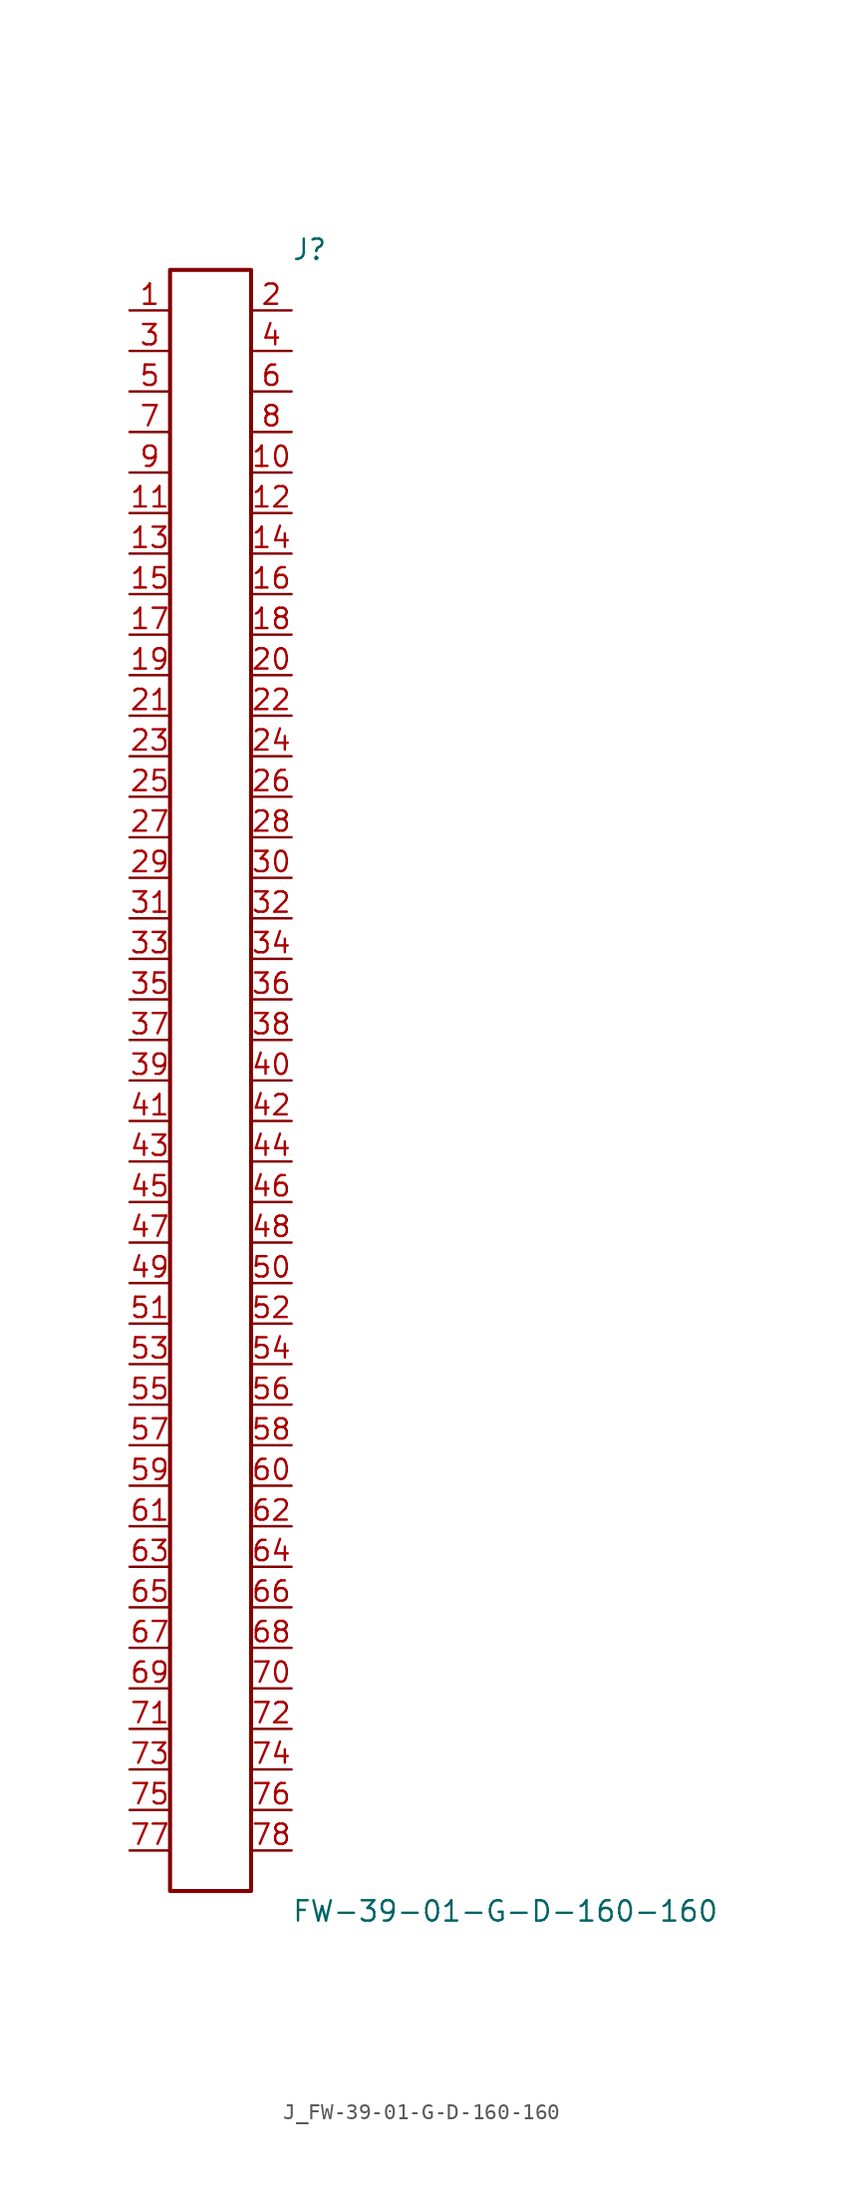
<source format=kicad_sym>
(kicad_symbol_lib
  (version 20231120)
  (generator kicad_symbol_editor)
  (generator_version 8.0)
  (symbol "J_FW-39-01-G-D-160-160"
    (pin_names
      (offset 0.254))
    (property "Reference" "J"
      (at 5.08 52.07 0)
      (effects (font (size 1.27 1.27)) (justify left)))
    (property "Value" "FW-39-01-G-D-160-160"
      (at 5.08 -52.07 0)
      (effects (font (size 1.27 1.27)) (justify left)))
    (symbol "J_FW-39-01-G-D-160-160_0_0"
      (pin unspecified line (at -5.08 48.26 0) (length 2.54) (name "" (effects (font (size 1.27 1.27)))) (number "1" (effects (font (size 1.27 1.27)))))
      (pin unspecified line (at 5.08 48.26 180) (length 2.54) (name "" (effects (font (size 1.27 1.27)))) (number "2" (effects (font (size 1.27 1.27)))))
      (pin unspecified line (at -5.08 45.72 0) (length 2.54) (name "" (effects (font (size 1.27 1.27)))) (number "3" (effects (font (size 1.27 1.27)))))
      (pin unspecified line (at 5.08 45.72 180) (length 2.54) (name "" (effects (font (size 1.27 1.27)))) (number "4" (effects (font (size 1.27 1.27)))))
      (pin unspecified line (at -5.08 43.18 0) (length 2.54) (name "" (effects (font (size 1.27 1.27)))) (number "5" (effects (font (size 1.27 1.27)))))
      (pin unspecified line (at 5.08 43.18 180) (length 2.54) (name "" (effects (font (size 1.27 1.27)))) (number "6" (effects (font (size 1.27 1.27)))))
      (pin unspecified line (at -5.08 40.64 0) (length 2.54) (name "" (effects (font (size 1.27 1.27)))) (number "7" (effects (font (size 1.27 1.27)))))
      (pin unspecified line (at 5.08 40.64 180) (length 2.54) (name "" (effects (font (size 1.27 1.27)))) (number "8" (effects (font (size 1.27 1.27)))))
      (pin unspecified line (at -5.08 38.1 0) (length 2.54) (name "" (effects (font (size 1.27 1.27)))) (number "9" (effects (font (size 1.27 1.27)))))
      (pin unspecified line (at 5.08 38.1 180) (length 2.54) (name "" (effects (font (size 1.27 1.27)))) (number "10" (effects (font (size 1.27 1.27)))))
      (pin unspecified line (at -5.08 35.56 0) (length 2.54) (name "" (effects (font (size 1.27 1.27)))) (number "11" (effects (font (size 1.27 1.27)))))
      (pin unspecified line (at 5.08 35.56 180) (length 2.54) (name "" (effects (font (size 1.27 1.27)))) (number "12" (effects (font (size 1.27 1.27)))))
      (pin unspecified line (at -5.08 33.02 0) (length 2.54) (name "" (effects (font (size 1.27 1.27)))) (number "13" (effects (font (size 1.27 1.27)))))
      (pin unspecified line (at 5.08 33.02 180) (length 2.54) (name "" (effects (font (size 1.27 1.27)))) (number "14" (effects (font (size 1.27 1.27)))))
      (pin unspecified line (at -5.08 30.48 0) (length 2.54) (name "" (effects (font (size 1.27 1.27)))) (number "15" (effects (font (size 1.27 1.27)))))
      (pin unspecified line (at 5.08 30.48 180) (length 2.54) (name "" (effects (font (size 1.27 1.27)))) (number "16" (effects (font (size 1.27 1.27)))))
      (pin unspecified line (at -5.08 27.94 0) (length 2.54) (name "" (effects (font (size 1.27 1.27)))) (number "17" (effects (font (size 1.27 1.27)))))
      (pin unspecified line (at 5.08 27.94 180) (length 2.54) (name "" (effects (font (size 1.27 1.27)))) (number "18" (effects (font (size 1.27 1.27)))))
      (pin unspecified line (at -5.08 25.4 0) (length 2.54) (name "" (effects (font (size 1.27 1.27)))) (number "19" (effects (font (size 1.27 1.27)))))
      (pin unspecified line (at 5.08 25.4 180) (length 2.54) (name "" (effects (font (size 1.27 1.27)))) (number "20" (effects (font (size 1.27 1.27)))))
      (pin unspecified line (at -5.08 22.86 0) (length 2.54) (name "" (effects (font (size 1.27 1.27)))) (number "21" (effects (font (size 1.27 1.27)))))
      (pin unspecified line (at 5.08 22.86 180) (length 2.54) (name "" (effects (font (size 1.27 1.27)))) (number "22" (effects (font (size 1.27 1.27)))))
      (pin unspecified line (at -5.08 20.32 0) (length 2.54) (name "" (effects (font (size 1.27 1.27)))) (number "23" (effects (font (size 1.27 1.27)))))
      (pin unspecified line (at 5.08 20.32 180) (length 2.54) (name "" (effects (font (size 1.27 1.27)))) (number "24" (effects (font (size 1.27 1.27)))))
      (pin unspecified line (at -5.08 17.78 0) (length 2.54) (name "" (effects (font (size 1.27 1.27)))) (number "25" (effects (font (size 1.27 1.27)))))
      (pin unspecified line (at 5.08 17.78 180) (length 2.54) (name "" (effects (font (size 1.27 1.27)))) (number "26" (effects (font (size 1.27 1.27)))))
      (pin unspecified line (at -5.08 15.24 0) (length 2.54) (name "" (effects (font (size 1.27 1.27)))) (number "27" (effects (font (size 1.27 1.27)))))
      (pin unspecified line (at 5.08 15.24 180) (length 2.54) (name "" (effects (font (size 1.27 1.27)))) (number "28" (effects (font (size 1.27 1.27)))))
      (pin unspecified line (at -5.08 12.7 0) (length 2.54) (name "" (effects (font (size 1.27 1.27)))) (number "29" (effects (font (size 1.27 1.27)))))
      (pin unspecified line (at 5.08 12.7 180) (length 2.54) (name "" (effects (font (size 1.27 1.27)))) (number "30" (effects (font (size 1.27 1.27)))))
      (pin unspecified line (at -5.08 10.16 0) (length 2.54) (name "" (effects (font (size 1.27 1.27)))) (number "31" (effects (font (size 1.27 1.27)))))
      (pin unspecified line (at 5.08 10.16 180) (length 2.54) (name "" (effects (font (size 1.27 1.27)))) (number "32" (effects (font (size 1.27 1.27)))))
      (pin unspecified line (at -5.08 7.62 0) (length 2.54) (name "" (effects (font (size 1.27 1.27)))) (number "33" (effects (font (size 1.27 1.27)))))
      (pin unspecified line (at 5.08 7.62 180) (length 2.54) (name "" (effects (font (size 1.27 1.27)))) (number "34" (effects (font (size 1.27 1.27)))))
      (pin unspecified line (at -5.08 5.08 0) (length 2.54) (name "" (effects (font (size 1.27 1.27)))) (number "35" (effects (font (size 1.27 1.27)))))
      (pin unspecified line (at 5.08 5.08 180) (length 2.54) (name "" (effects (font (size 1.27 1.27)))) (number "36" (effects (font (size 1.27 1.27)))))
      (pin unspecified line (at -5.08 2.54 0) (length 2.54) (name "" (effects (font (size 1.27 1.27)))) (number "37" (effects (font (size 1.27 1.27)))))
      (pin unspecified line (at 5.08 2.54 180) (length 2.54) (name "" (effects (font (size 1.27 1.27)))) (number "38" (effects (font (size 1.27 1.27)))))
      (pin unspecified line (at -5.08 0.0 0) (length 2.54) (name "" (effects (font (size 1.27 1.27)))) (number "39" (effects (font (size 1.27 1.27)))))
      (pin unspecified line (at 5.08 0.0 180) (length 2.54) (name "" (effects (font (size 1.27 1.27)))) (number "40" (effects (font (size 1.27 1.27)))))
      (pin unspecified line (at -5.08 -2.54 0) (length 2.54) (name "" (effects (font (size 1.27 1.27)))) (number "41" (effects (font (size 1.27 1.27)))))
      (pin unspecified line (at 5.08 -2.54 180) (length 2.54) (name "" (effects (font (size 1.27 1.27)))) (number "42" (effects (font (size 1.27 1.27)))))
      (pin unspecified line (at -5.08 -5.08 0) (length 2.54) (name "" (effects (font (size 1.27 1.27)))) (number "43" (effects (font (size 1.27 1.27)))))
      (pin unspecified line (at 5.08 -5.08 180) (length 2.54) (name "" (effects (font (size 1.27 1.27)))) (number "44" (effects (font (size 1.27 1.27)))))
      (pin unspecified line (at -5.08 -7.62 0) (length 2.54) (name "" (effects (font (size 1.27 1.27)))) (number "45" (effects (font (size 1.27 1.27)))))
      (pin unspecified line (at 5.08 -7.62 180) (length 2.54) (name "" (effects (font (size 1.27 1.27)))) (number "46" (effects (font (size 1.27 1.27)))))
      (pin unspecified line (at -5.08 -10.16 0) (length 2.54) (name "" (effects (font (size 1.27 1.27)))) (number "47" (effects (font (size 1.27 1.27)))))
      (pin unspecified line (at 5.08 -10.16 180) (length 2.54) (name "" (effects (font (size 1.27 1.27)))) (number "48" (effects (font (size 1.27 1.27)))))
      (pin unspecified line (at -5.08 -12.7 0) (length 2.54) (name "" (effects (font (size 1.27 1.27)))) (number "49" (effects (font (size 1.27 1.27)))))
      (pin unspecified line (at 5.08 -12.7 180) (length 2.54) (name "" (effects (font (size 1.27 1.27)))) (number "50" (effects (font (size 1.27 1.27)))))
      (pin unspecified line (at -5.08 -15.24 0) (length 2.54) (name "" (effects (font (size 1.27 1.27)))) (number "51" (effects (font (size 1.27 1.27)))))
      (pin unspecified line (at 5.08 -15.24 180) (length 2.54) (name "" (effects (font (size 1.27 1.27)))) (number "52" (effects (font (size 1.27 1.27)))))
      (pin unspecified line (at -5.08 -17.78 0) (length 2.54) (name "" (effects (font (size 1.27 1.27)))) (number "53" (effects (font (size 1.27 1.27)))))
      (pin unspecified line (at 5.08 -17.78 180) (length 2.54) (name "" (effects (font (size 1.27 1.27)))) (number "54" (effects (font (size 1.27 1.27)))))
      (pin unspecified line (at -5.08 -20.32 0) (length 2.54) (name "" (effects (font (size 1.27 1.27)))) (number "55" (effects (font (size 1.27 1.27)))))
      (pin unspecified line (at 5.08 -20.32 180) (length 2.54) (name "" (effects (font (size 1.27 1.27)))) (number "56" (effects (font (size 1.27 1.27)))))
      (pin unspecified line (at -5.08 -22.86 0) (length 2.54) (name "" (effects (font (size 1.27 1.27)))) (number "57" (effects (font (size 1.27 1.27)))))
      (pin unspecified line (at 5.08 -22.86 180) (length 2.54) (name "" (effects (font (size 1.27 1.27)))) (number "58" (effects (font (size 1.27 1.27)))))
      (pin unspecified line (at -5.08 -25.4 0) (length 2.54) (name "" (effects (font (size 1.27 1.27)))) (number "59" (effects (font (size 1.27 1.27)))))
      (pin unspecified line (at 5.08 -25.4 180) (length 2.54) (name "" (effects (font (size 1.27 1.27)))) (number "60" (effects (font (size 1.27 1.27)))))
      (pin unspecified line (at -5.08 -27.94 0) (length 2.54) (name "" (effects (font (size 1.27 1.27)))) (number "61" (effects (font (size 1.27 1.27)))))
      (pin unspecified line (at 5.08 -27.94 180) (length 2.54) (name "" (effects (font (size 1.27 1.27)))) (number "62" (effects (font (size 1.27 1.27)))))
      (pin unspecified line (at -5.08 -30.48 0) (length 2.54) (name "" (effects (font (size 1.27 1.27)))) (number "63" (effects (font (size 1.27 1.27)))))
      (pin unspecified line (at 5.08 -30.48 180) (length 2.54) (name "" (effects (font (size 1.27 1.27)))) (number "64" (effects (font (size 1.27 1.27)))))
      (pin unspecified line (at -5.08 -33.02 0) (length 2.54) (name "" (effects (font (size 1.27 1.27)))) (number "65" (effects (font (size 1.27 1.27)))))
      (pin unspecified line (at 5.08 -33.02 180) (length 2.54) (name "" (effects (font (size 1.27 1.27)))) (number "66" (effects (font (size 1.27 1.27)))))
      (pin unspecified line (at -5.08 -35.56 0) (length 2.54) (name "" (effects (font (size 1.27 1.27)))) (number "67" (effects (font (size 1.27 1.27)))))
      (pin unspecified line (at 5.08 -35.56 180) (length 2.54) (name "" (effects (font (size 1.27 1.27)))) (number "68" (effects (font (size 1.27 1.27)))))
      (pin unspecified line (at -5.08 -38.1 0) (length 2.54) (name "" (effects (font (size 1.27 1.27)))) (number "69" (effects (font (size 1.27 1.27)))))
      (pin unspecified line (at 5.08 -38.1 180) (length 2.54) (name "" (effects (font (size 1.27 1.27)))) (number "70" (effects (font (size 1.27 1.27)))))
      (pin unspecified line (at -5.08 -40.64 0) (length 2.54) (name "" (effects (font (size 1.27 1.27)))) (number "71" (effects (font (size 1.27 1.27)))))
      (pin unspecified line (at 5.08 -40.64 180) (length 2.54) (name "" (effects (font (size 1.27 1.27)))) (number "72" (effects (font (size 1.27 1.27)))))
      (pin unspecified line (at -5.08 -43.18 0) (length 2.54) (name "" (effects (font (size 1.27 1.27)))) (number "73" (effects (font (size 1.27 1.27)))))
      (pin unspecified line (at 5.08 -43.18 180) (length 2.54) (name "" (effects (font (size 1.27 1.27)))) (number "74" (effects (font (size 1.27 1.27)))))
      (pin unspecified line (at -5.08 -45.72 0) (length 2.54) (name "" (effects (font (size 1.27 1.27)))) (number "75" (effects (font (size 1.27 1.27)))))
      (pin unspecified line (at 5.08 -45.72 180) (length 2.54) (name "" (effects (font (size 1.27 1.27)))) (number "76" (effects (font (size 1.27 1.27)))))
      (pin unspecified line (at -5.08 -48.26 0) (length 2.54) (name "" (effects (font (size 1.27 1.27)))) (number "77" (effects (font (size 1.27 1.27)))))
      (pin unspecified line (at 5.08 -48.26 180) (length 2.54) (name "" (effects (font (size 1.27 1.27)))) (number "78" (effects (font (size 1.27 1.27))))))
    (symbol "J_FW-39-01-G-D-160-160_1_0"
      (rectangle (start -2.54 50.8) (end 2.54 -50.8) (stroke (width 0.254) (type solid)) (fill (type none))))))
</source>
